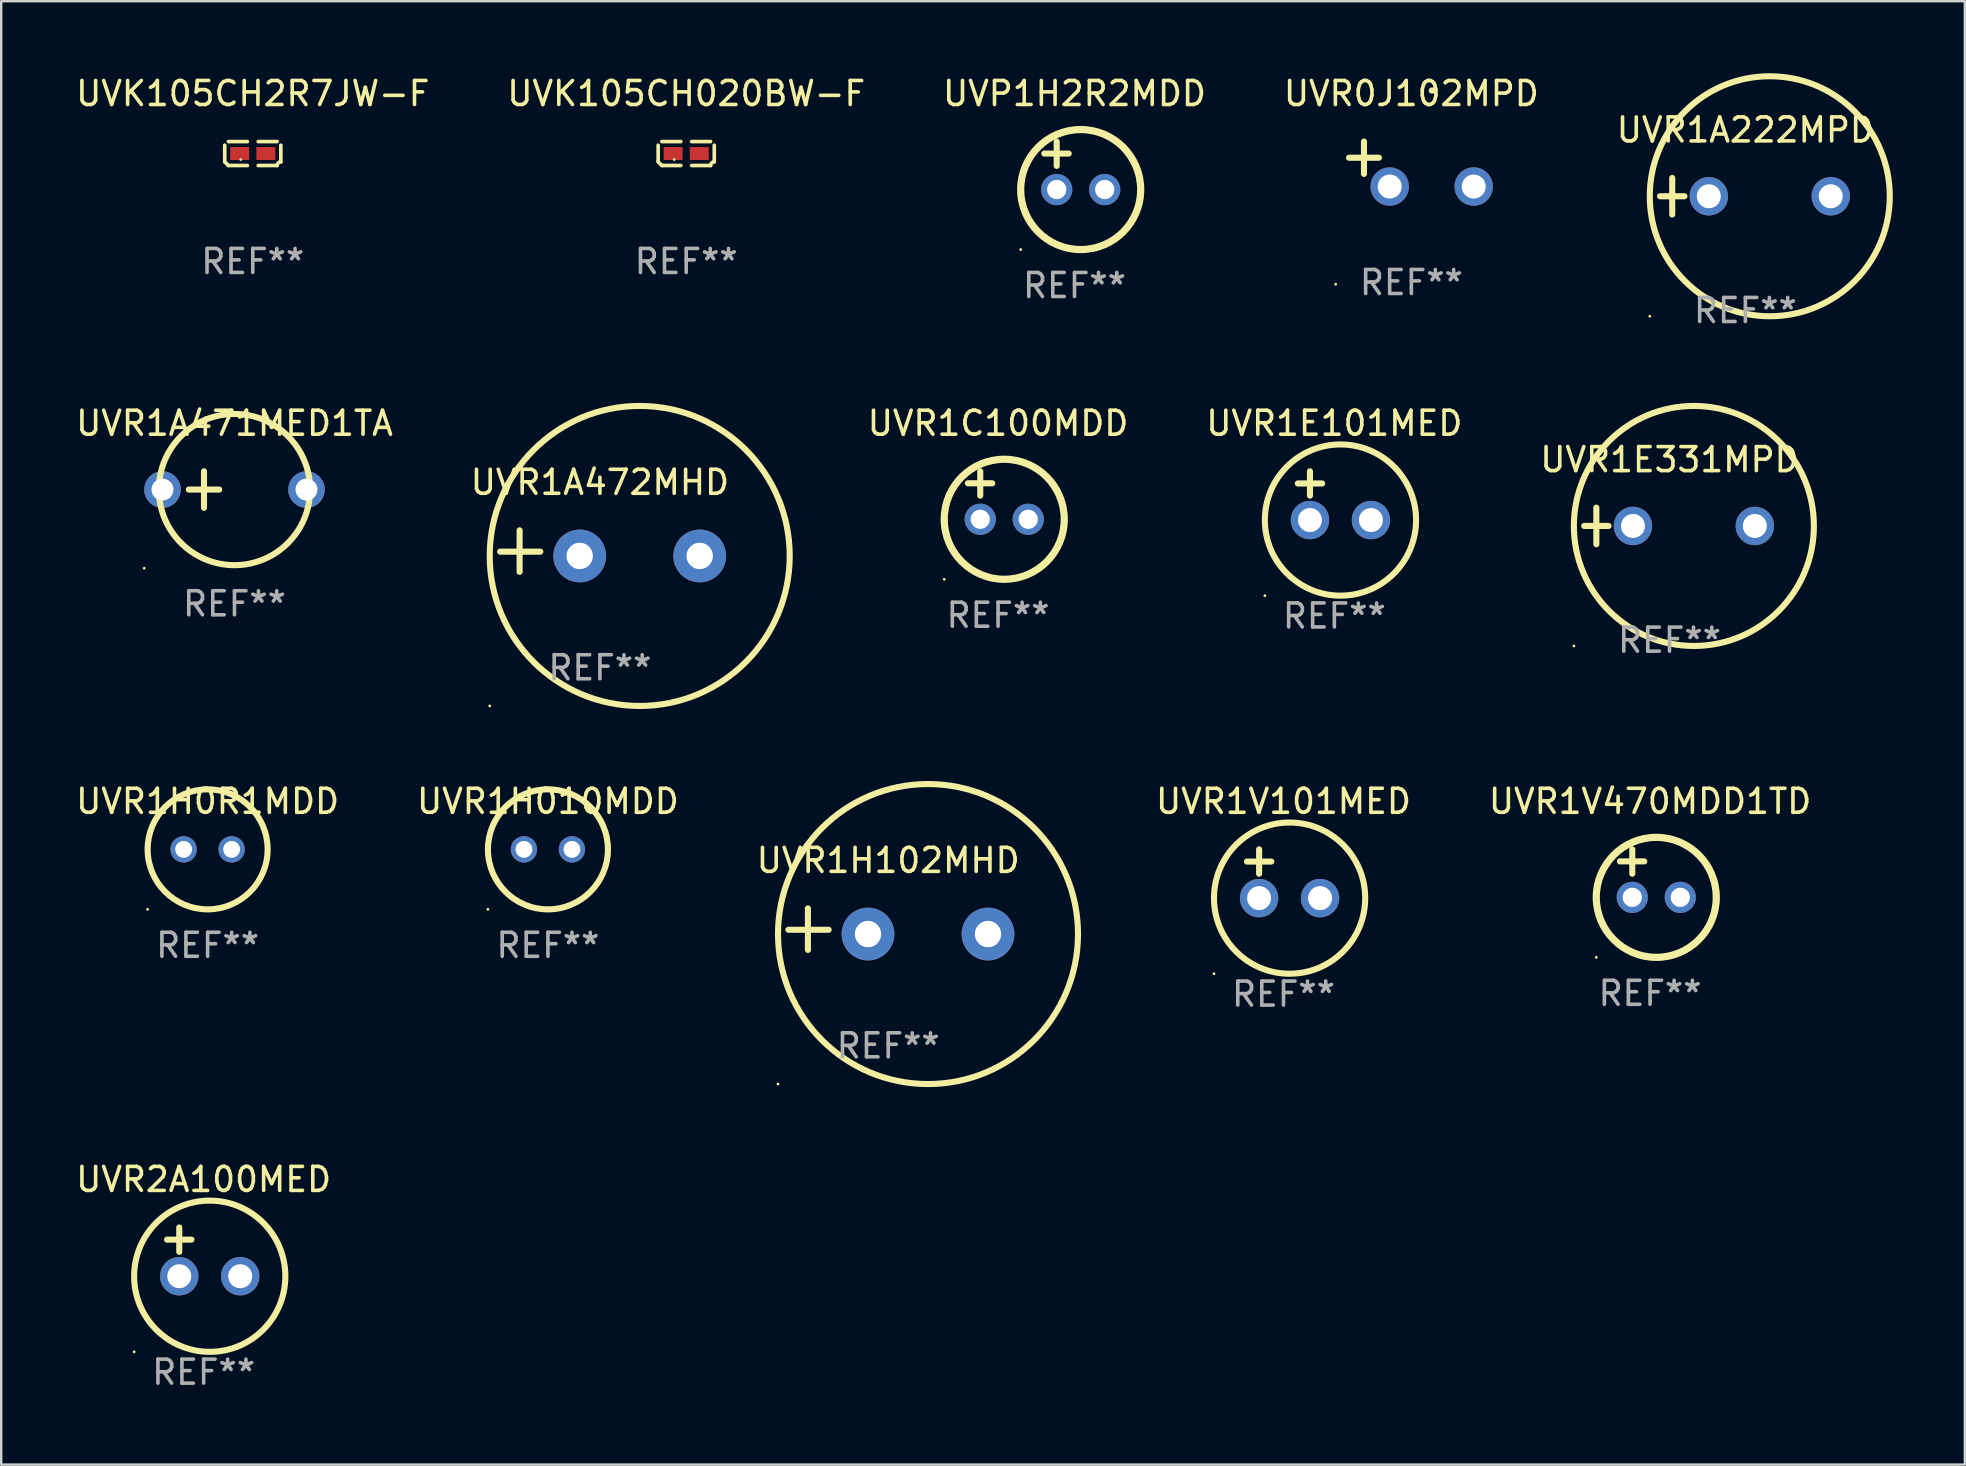
<source format=kicad_pcb>
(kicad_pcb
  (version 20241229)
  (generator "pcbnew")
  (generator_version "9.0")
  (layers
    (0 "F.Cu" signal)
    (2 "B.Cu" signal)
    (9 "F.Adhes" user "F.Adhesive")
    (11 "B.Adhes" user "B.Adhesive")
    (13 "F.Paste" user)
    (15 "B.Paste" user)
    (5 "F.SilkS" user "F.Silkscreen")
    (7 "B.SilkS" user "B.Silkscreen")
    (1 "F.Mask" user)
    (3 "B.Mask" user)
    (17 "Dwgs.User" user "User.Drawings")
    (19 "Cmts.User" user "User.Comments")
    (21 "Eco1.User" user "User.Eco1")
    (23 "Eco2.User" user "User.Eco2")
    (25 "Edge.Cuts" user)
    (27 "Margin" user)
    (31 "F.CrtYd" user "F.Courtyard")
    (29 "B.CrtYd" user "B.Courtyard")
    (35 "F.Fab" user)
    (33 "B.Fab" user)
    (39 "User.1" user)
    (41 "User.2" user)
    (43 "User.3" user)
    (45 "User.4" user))
  (footprint "UVR1V470MDD1TD"
    (layer "F.Cu")
    (at 65.702 33.339)
    (property "Reference" "UVR1V470MDD1TD" (at 0 -3 0) (layer "F.SilkS") (effects (font (size 1 1) (thickness 0.15))))
    (attr through_hole)
    (fp_line (start -1.258 -0.5) (end -0.242 -0.5) (stroke (width 0.254) (type solid)) (layer "F.SilkS"))
    (fp_line (start -0.742 -1) (end -0.742 0.016) (stroke (width 0.254) (type solid)) (layer "F.SilkS"))
    (fp_circle (center -2.242 3.5) (end -2.212 3.5) (stroke (width 0.06) (type solid)) (fill no) (layer "F.SilkS"))
    (fp_circle (center 0.258 1) (end 2.758 1) (stroke (width 0.3) (type solid)) (fill no) (layer "F.SilkS"))
    (fp_text user "REF**" (at 0 5 0) (layer "F.Fab") (effects (font (size 1 1) (thickness 0.15))))
    (pad "1" thru_hole circle (at -0.742 1) (size 1.3 1.3) (drill 0.8) (layers "*.Cu" "*.Mask"))
    (pad "2" thru_hole circle (at 1.258 1) (size 1.3 1.3) (drill 0.8) (layers "*.Cu" "*.Mask")))
  (footprint "UVK105CH020BW-F"
    (layer "F.Cu")
    (at 25.542 3.347)
    (property "Reference" "UVK105CH020BW-F" (at 0 -2.499 0) (layer "F.SilkS") (effects (font (size 1 1) (thickness 0.15))))
    (attr through_hole)
    (fp_line (start -1.169 0.346) (end -1.169 -0.346) (stroke (width 0.152) (type solid)) (layer "F.SilkS"))
    (fp_line (start -1.016 -0.499) (end -0.226 -0.499) (stroke (width 0.152) (type solid)) (layer "F.SilkS"))
    (fp_line (start -0.226 0.499) (end -1.016 0.499) (stroke (width 0.152) (type solid)) (layer "F.SilkS"))
    (fp_line (start 0.226 0.499) (end 1.016 0.499) (stroke (width 0.152) (type solid)) (layer "F.SilkS"))
    (fp_line (start 1.016 -0.499) (end 0.226 -0.499) (stroke (width 0.152) (type solid)) (layer "F.SilkS"))
    (fp_line (start 1.169 0.346) (end 1.169 -0.346) (stroke (width 0.152) (type solid)) (layer "F.SilkS"))
    (fp_arc (start -1.016307 0.498603) (mid -1.092512 0.422405) (end -1.16871 0.3462) (stroke (width 0.1524) (type solid)) (layer "F.SilkS"))
    (fp_arc (start 1.016307 0.498603) (mid 1.060899 0.390758) (end 1.168707 0.346076) (stroke (width 0.1524) (type solid)) (layer "F.SilkS"))
    (fp_circle (center -0.5 0.25) (end -0.47 0.25) (stroke (width 0.06) (type solid)) (fill no) (layer "F.SilkS"))
    (fp_text user "REF**" (at 0 4.499 0) (layer "F.Fab") (effects (font (size 1 1) (thickness 0.15))))
    (pad "1" smd rect (at -0.545 0) (size 0.79 0.54) (layers "F.Cu" "F.Mask" "F.Paste"))
    (pad "2" smd rect (at 0.545 0) (size 0.79 0.54) (layers "F.Cu" "F.Mask" "F.Paste")))
  (footprint "UVR1A471MED1TA"
    (layer "F.Cu")
    (at 6.72 17.348)
    (property "Reference" "UVR1A471MED1TA" (at 0 -2.762 0) (layer "F.SilkS") (effects (font (size 1 1) (thickness 0.15))))
    (attr through_hole)
    (fp_line (start -1.27 -0.762) (end -1.27 0.762) (stroke (width 0.254) (type solid)) (layer "F.SilkS"))
    (fp_line (start -0.635 0) (end -1.905 0) (stroke (width 0.254) (type solid)) (layer "F.SilkS"))
    (fp_circle (center -3.762 3.277) (end -3.732 3.277) (stroke (width 0.06) (type solid)) (fill no) (layer "F.SilkS"))
    (fp_circle (center 0 0) (end 3.15 0) (stroke (width 0.254) (type solid)) (fill no) (layer "F.SilkS"))
    (fp_text user "REF**" (at 0 4.762 0) (layer "F.Fab") (effects (font (size 1 1) (thickness 0.15))))
    (pad "1" thru_hole circle (at -3 0) (size 1.524 1.524) (drill 0.914) (layers "*.Cu" "*.Mask"))
    (pad "2" thru_hole circle (at 3 0) (size 1.524 1.524) (drill 0.914) (layers "*.Cu" "*.Mask")))
  (footprint "UVR0J102MPD"
    (layer "F.Cu")
    (at 55.756 3.785)
    (property "Reference" "UVR0J102MPD" (at 0 -2.937 0) (layer "F.SilkS") (effects (font (size 1 1) (thickness 0.15))))
    (attr through_hole)
    (fp_line (start -1.975 0.41) (end -1.975 -0.937) (stroke (width 0.254) (type solid)) (layer "F.SilkS"))
    (fp_line (start -1.353 -0.263) (end -2.597 -0.263) (stroke (width 0.254) (type solid)) (layer "F.SilkS"))
    (fp_arc (start 0.849809 -3.063957) (mid 0.885369 -3.064114) (end 0.920929 -3.063957) (stroke (width 0.254001) (type solid)) (layer "F.SilkS"))
    (fp_circle (center -3.154 5.008) (end -3.124 5.008) (stroke (width 0.06) (type solid)) (fill no) (layer "F.SilkS"))
    (fp_text user "REF**" (at 0 4.937 0) (layer "F.Fab") (effects (font (size 1 1) (thickness 0.15))))
    (pad "1" thru_hole circle (at -0.903 0.937) (size 1.6 1.6) (drill 1) (layers "*.Cu" "*.Mask"))
    (pad "2" thru_hole circle (at 2.597 0.937) (size 1.6 1.6) (drill 1) (layers "*.Cu" "*.Mask")))
  (footprint "UVR1A222MPD"
    (layer "F.Cu")
    (at 69.673 5.127)
    (property "Reference" "UVR1A222MPD" (at 0 -2.762 0) (layer "F.SilkS") (effects (font (size 1 1) (thickness 0.15))))
    (attr through_hole)
    (fp_line (start -3.556 0) (end -2.54 0) (stroke (width 0.254) (type solid)) (layer "F.SilkS"))
    (fp_line (start -3.048 -0.762) (end -3.048 0.762) (stroke (width 0.254) (type solid)) (layer "F.SilkS"))
    (fp_circle (center -3.984 5) (end -3.954 5) (stroke (width 0.06) (type solid)) (fill no) (layer "F.SilkS"))
    (fp_circle (center 1.016 0) (end 6.016 0) (stroke (width 0.254) (type solid)) (fill no) (layer "F.SilkS"))
    (fp_text user "REF**" (at 0 4.762 0) (layer "F.Fab") (effects (font (size 1 1) (thickness 0.15))))
    (pad "1" thru_hole circle (at -1.524 0) (size 1.6 1.6) (drill 1) (layers "*.Cu" "*.Mask"))
    (pad "2" thru_hole circle (at 3.556 0) (size 1.6 1.6) (drill 1) (layers "*.Cu" "*.Mask")))
  (footprint "UVR1H0R1MDD"
    (layer "F.Cu")
    (at 5.601 32.339)
    (property "Reference" "UVR1H0R1MDD" (at 0 -2 0) (layer "F.SilkS") (effects (font (size 1 1) (thickness 0.15))))
    (attr through_hole)
    (fp_circle (center -2.5 2.5) (end -2.47 2.5) (stroke (width 0.06) (type solid)) (fill no) (layer "F.SilkS"))
    (fp_circle (center 0 0) (end 2.5 0) (stroke (width 0.254) (type solid)) (fill no) (layer "F.SilkS"))
    (fp_text user "REF**" (at 0 4 0) (layer "F.Fab") (effects (font (size 1 1) (thickness 0.15))))
    (pad "1" thru_hole circle (at -1 0) (size 1.1 1.1) (drill 0.7) (layers "*.Cu" "*.Mask"))
    (pad "2" thru_hole circle (at 1 0) (size 1.1 1.1) (drill 0.7) (layers "*.Cu" "*.Mask")))
  (footprint "UVK105CH2R7JW-F"
    (layer "F.Cu")
    (at 7.482 3.347)
    (property "Reference" "UVK105CH2R7JW-F" (at 0 -2.499 0) (layer "F.SilkS") (effects (font (size 1 1) (thickness 0.15))))
    (attr through_hole)
    (fp_line (start -1.169 0.346) (end -1.169 -0.346) (stroke (width 0.152) (type solid)) (layer "F.SilkS"))
    (fp_line (start -1.016 -0.499) (end -0.226 -0.499) (stroke (width 0.152) (type solid)) (layer "F.SilkS"))
    (fp_line (start -0.226 0.499) (end -1.016 0.499) (stroke (width 0.152) (type solid)) (layer "F.SilkS"))
    (fp_line (start 0.226 0.499) (end 1.016 0.499) (stroke (width 0.152) (type solid)) (layer "F.SilkS"))
    (fp_line (start 1.016 -0.499) (end 0.226 -0.499) (stroke (width 0.152) (type solid)) (layer "F.SilkS"))
    (fp_line (start 1.169 0.346) (end 1.169 -0.346) (stroke (width 0.152) (type solid)) (layer "F.SilkS"))
    (fp_arc (start -1.016307 0.498603) (mid -1.092512 0.422405) (end -1.16871 0.3462) (stroke (width 0.1524) (type solid)) (layer "F.SilkS"))
    (fp_arc (start 1.016307 0.498603) (mid 1.060899 0.390758) (end 1.168707 0.346076) (stroke (width 0.1524) (type solid)) (layer "F.SilkS"))
    (fp_circle (center -0.5 0.25) (end -0.47 0.25) (stroke (width 0.06) (type solid)) (fill no) (layer "F.SilkS"))
    (fp_text user "REF**" (at 0 4.499 0) (layer "F.Fab") (effects (font (size 1 1) (thickness 0.15))))
    (pad "1" smd rect (at -0.545 0) (size 0.79 0.54) (layers "F.Cu" "F.Mask" "F.Paste"))
    (pad "2" smd rect (at 0.545 0) (size 0.79 0.54) (layers "F.Cu" "F.Mask" "F.Paste")))
  (footprint "UVR1E331MPD"
    (layer "F.Cu")
    (at 66.511 18.864)
    (property "Reference" "UVR1E331MPD" (at 0 -2.762 0) (layer "F.SilkS") (effects (font (size 1 1) (thickness 0.15))))
    (attr through_hole)
    (fp_line (start -3.556 0) (end -2.54 0) (stroke (width 0.254) (type solid)) (layer "F.SilkS"))
    (fp_line (start -3.048 -0.762) (end -3.048 0.762) (stroke (width 0.254) (type solid)) (layer "F.SilkS"))
    (fp_circle (center -3.984 5) (end -3.954 5) (stroke (width 0.06) (type solid)) (fill no) (layer "F.SilkS"))
    (fp_circle (center 1.016 0) (end 6.016 0) (stroke (width 0.254) (type solid)) (fill no) (layer "F.SilkS"))
    (fp_text user "REF**" (at 0 4.762 0) (layer "F.Fab") (effects (font (size 1 1) (thickness 0.15))))
    (pad "1" thru_hole circle (at -1.524 0) (size 1.6 1.6) (drill 1) (layers "*.Cu" "*.Mask"))
    (pad "2" thru_hole circle (at 3.556 0) (size 1.6 1.6) (drill 1) (layers "*.Cu" "*.Mask")))
  (footprint "UVR1H102MHD"
    (layer "F.Cu")
    (at 33.958 35.665)
    (property "Reference" "UVR1H102MHD" (at 0 -2.864 0) (layer "F.SilkS") (effects (font (size 1 1) (thickness 0.15))))
    (attr through_hole)
    (fp_line (start -3.346 0.864) (end -3.346 -0.864) (stroke (width 0.254) (type solid)) (layer "F.SilkS"))
    (fp_line (start -2.482 0.025) (end -4.158 0.025) (stroke (width 0.254) (type solid)) (layer "F.SilkS"))
    (fp_circle (center -4.592 6.453) (end -4.562 6.453) (stroke (width 0.06) (type solid)) (fill no) (layer "F.SilkS"))
    (fp_circle (center 1.658 0.203) (end 7.908 0.203) (stroke (width 0.254) (type solid)) (fill no) (layer "F.SilkS"))
    (fp_text user "REF**" (at 0 4.864 0) (layer "F.Fab") (effects (font (size 1 1) (thickness 0.15))))
    (pad "1" thru_hole circle (at -0.842 0.203) (size 2.2 2.2) (drill 1.1) (layers "*.Cu" "*.Mask"))
    (pad "2" thru_hole circle (at 4.158 0.203) (size 2.2 2.2) (drill 1.1) (layers "*.Cu" "*.Mask")))
  (footprint "UVR1V101MED"
    (layer "F.Cu")
    (at 50.428 33.355)
    (property "Reference" "UVR1V101MED" (at 0 -3.016 0) (layer "F.SilkS") (effects (font (size 1 1) (thickness 0.15))))
    (attr through_hole)
    (fp_line (start -1.524 -0.508) (end -0.508 -0.508) (stroke (width 0.254) (type solid)) (layer "F.SilkS"))
    (fp_line (start -1.016 -1.016) (end -1.016 0) (stroke (width 0.254) (type solid)) (layer "F.SilkS"))
    (fp_circle (center -2.896 4.166) (end -2.866 4.166) (stroke (width 0.06) (type solid)) (fill no) (layer "F.SilkS"))
    (fp_circle (center 0.254 1.016) (end 3.404 1.016) (stroke (width 0.254) (type solid)) (fill no) (layer "F.SilkS"))
    (fp_text user "REF**" (at 0 5.016 0) (layer "F.Fab") (effects (font (size 1 1) (thickness 0.15))))
    (pad "1" thru_hole circle (at -1.016 1.016) (size 1.6 1.6) (drill 1) (layers "*.Cu" "*.Mask"))
    (pad "2" thru_hole circle (at 1.524 1.016) (size 1.6 1.6) (drill 1) (layers "*.Cu" "*.Mask")))
  (footprint "UVP1H2R2MDD"
    (layer "F.Cu")
    (at 41.72 3.848)
    (property "Reference" "UVP1H2R2MDD" (at 0 -3 0) (layer "F.SilkS") (effects (font (size 1 1) (thickness 0.15))))
    (attr through_hole)
    (fp_line (start -1.258 -0.5) (end -0.242 -0.5) (stroke (width 0.254) (type solid)) (layer "F.SilkS"))
    (fp_line (start -0.742 -1) (end -0.742 0.016) (stroke (width 0.254) (type solid)) (layer "F.SilkS"))
    (fp_circle (center -2.242 3.5) (end -2.212 3.5) (stroke (width 0.06) (type solid)) (fill no) (layer "F.SilkS"))
    (fp_circle (center 0.258 1) (end 2.758 1) (stroke (width 0.3) (type solid)) (fill no) (layer "F.SilkS"))
    (fp_text user "REF**" (at 0 5 0) (layer "F.Fab") (effects (font (size 1 1) (thickness 0.15))))
    (pad "1" thru_hole circle (at -0.742 1) (size 1.3 1.3) (drill 0.8) (layers "*.Cu" "*.Mask"))
    (pad "2" thru_hole circle (at 1.258 1) (size 1.3 1.3) (drill 0.8) (layers "*.Cu" "*.Mask")))
  (footprint "UVR1C100MDD"
    (layer "F.Cu")
    (at 38.535 17.586)
    (property "Reference" "UVR1C100MDD" (at 0 -3 0) (layer "F.SilkS") (effects (font (size 1 1) (thickness 0.15))))
    (attr through_hole)
    (fp_line (start -1.258 -0.5) (end -0.242 -0.5) (stroke (width 0.254) (type solid)) (layer "F.SilkS"))
    (fp_line (start -0.742 -1) (end -0.742 0.016) (stroke (width 0.254) (type solid)) (layer "F.SilkS"))
    (fp_circle (center -2.242 3.5) (end -2.212 3.5) (stroke (width 0.06) (type solid)) (fill no) (layer "F.SilkS"))
    (fp_circle (center 0.258 1) (end 2.758 1) (stroke (width 0.3) (type solid)) (fill no) (layer "F.SilkS"))
    (fp_text user "REF**" (at 0 5 0) (layer "F.Fab") (effects (font (size 1 1) (thickness 0.15))))
    (pad "1" thru_hole circle (at -0.742 1) (size 1.3 1.3) (drill 0.8) (layers "*.Cu" "*.Mask"))
    (pad "2" thru_hole circle (at 1.258 1) (size 1.3 1.3) (drill 0.8) (layers "*.Cu" "*.Mask")))
  (footprint "UVR1A472MHD"
    (layer "F.Cu")
    (at 21.946 19.911)
    (property "Reference" "UVR1A472MHD" (at 0 -2.864 0) (layer "F.SilkS") (effects (font (size 1 1) (thickness 0.15))))
    (attr through_hole)
    (fp_line (start -3.346 0.864) (end -3.346 -0.864) (stroke (width 0.254) (type solid)) (layer "F.SilkS"))
    (fp_line (start -2.482 0.025) (end -4.158 0.025) (stroke (width 0.254) (type solid)) (layer "F.SilkS"))
    (fp_circle (center -4.592 6.453) (end -4.562 6.453) (stroke (width 0.06) (type solid)) (fill no) (layer "F.SilkS"))
    (fp_circle (center 1.658 0.203) (end 7.908 0.203) (stroke (width 0.254) (type solid)) (fill no) (layer "F.SilkS"))
    (fp_text user "REF**" (at 0 4.864 0) (layer "F.Fab") (effects (font (size 1 1) (thickness 0.15))))
    (pad "1" thru_hole circle (at -0.842 0.203) (size 2.2 2.2) (drill 1.1) (layers "*.Cu" "*.Mask"))
    (pad "2" thru_hole circle (at 4.158 0.203) (size 2.2 2.2) (drill 1.1) (layers "*.Cu" "*.Mask")))
  (footprint "UVR1H010MDD"
    (layer "F.Cu")
    (at 19.78 32.339)
    (property "Reference" "UVR1H010MDD" (at 0 -2 0) (layer "F.SilkS") (effects (font (size 1 1) (thickness 0.15))))
    (attr through_hole)
    (fp_circle (center -2.5 2.5) (end -2.47 2.5) (stroke (width 0.06) (type solid)) (fill no) (layer "F.SilkS"))
    (fp_circle (center 0 0) (end 2.5 0) (stroke (width 0.254) (type solid)) (fill no) (layer "F.SilkS"))
    (fp_text user "REF**" (at 0 4 0) (layer "F.Fab") (effects (font (size 1 1) (thickness 0.15))))
    (pad "1" thru_hole circle (at -1 0) (size 1.1 1.1) (drill 0.7) (layers "*.Cu" "*.Mask"))
    (pad "2" thru_hole circle (at 1 0) (size 1.1 1.1) (drill 0.7) (layers "*.Cu" "*.Mask")))
  (footprint "UVR1E101MED"
    (layer "F.Cu")
    (at 52.547 17.602)
    (property "Reference" "UVR1E101MED" (at 0 -3.016 0) (layer "F.SilkS") (effects (font (size 1 1) (thickness 0.15))))
    (attr through_hole)
    (fp_line (start -1.524 -0.508) (end -0.508 -0.508) (stroke (width 0.254) (type solid)) (layer "F.SilkS"))
    (fp_line (start -1.016 -1.016) (end -1.016 0) (stroke (width 0.254) (type solid)) (layer "F.SilkS"))
    (fp_circle (center -2.896 4.166) (end -2.866 4.166) (stroke (width 0.06) (type solid)) (fill no) (layer "F.SilkS"))
    (fp_circle (center 0.254 1.016) (end 3.404 1.016) (stroke (width 0.254) (type solid)) (fill no) (layer "F.SilkS"))
    (fp_text user "REF**" (at 0 5.016 0) (layer "F.Fab") (effects (font (size 1 1) (thickness 0.15))))
    (pad "1" thru_hole circle (at -1.016 1.016) (size 1.6 1.6) (drill 1) (layers "*.Cu" "*.Mask"))
    (pad "2" thru_hole circle (at 1.524 1.016) (size 1.6 1.6) (drill 1) (layers "*.Cu" "*.Mask")))
  (footprint "UVR2A100MED"
    (layer "F.Cu")
    (at 5.435 49.109)
    (property "Reference" "UVR2A100MED" (at 0 -3.016 0) (layer "F.SilkS") (effects (font (size 1 1) (thickness 0.15))))
    (attr through_hole)
    (fp_line (start -1.524 -0.508) (end -0.508 -0.508) (stroke (width 0.254) (type solid)) (layer "F.SilkS"))
    (fp_line (start -1.016 -1.016) (end -1.016 0) (stroke (width 0.254) (type solid)) (layer "F.SilkS"))
    (fp_circle (center -2.896 4.166) (end -2.866 4.166) (stroke (width 0.06) (type solid)) (fill no) (layer "F.SilkS"))
    (fp_circle (center 0.254 1.016) (end 3.404 1.016) (stroke (width 0.254) (type solid)) (fill no) (layer "F.SilkS"))
    (fp_text user "REF**" (at 0 5.016 0) (layer "F.Fab") (effects (font (size 1 1) (thickness 0.15))))
    (pad "1" thru_hole circle (at -1.016 1.016) (size 1.6 1.6) (drill 1) (layers "*.Cu" "*.Mask"))
    (pad "2" thru_hole circle (at 1.524 1.016) (size 1.6 1.6) (drill 1) (layers "*.Cu" "*.Mask")))
  (gr_rect
    (start -3 -3)
    (end 78.816 57.974)
    (stroke (width 0.1) (type default))
    (fill no)
    (layer "Edge.Cuts")))
</source>
